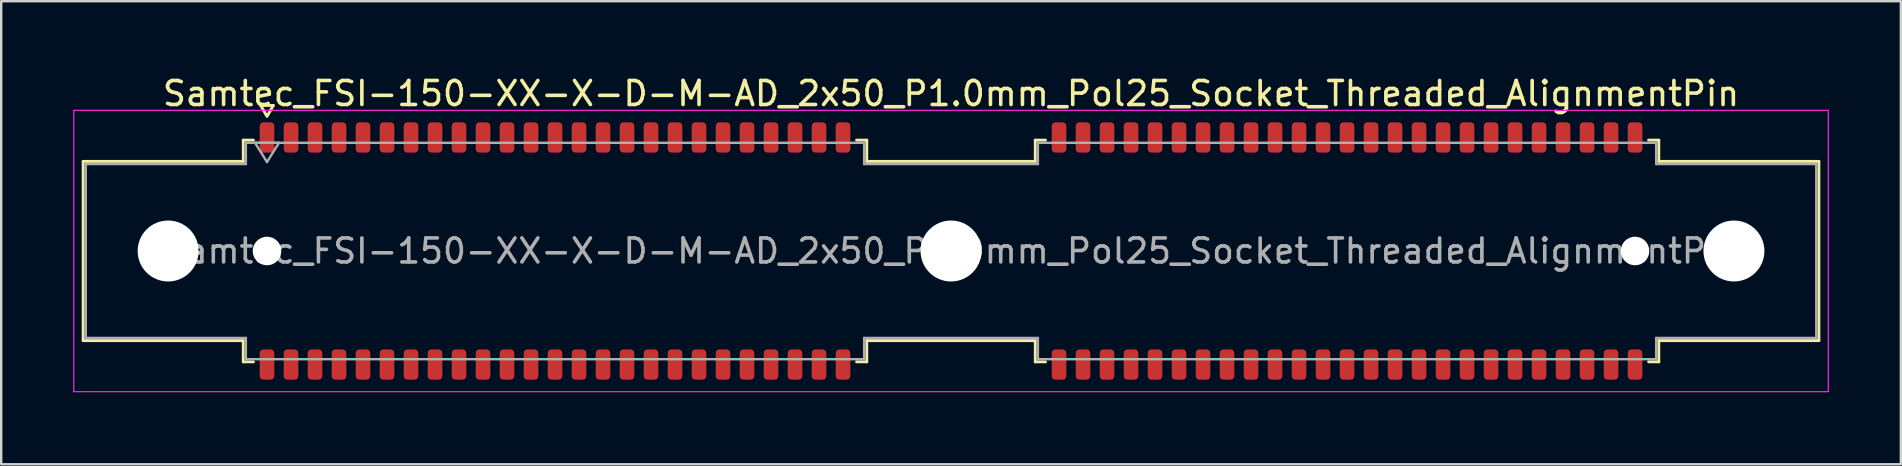
<source format=kicad_pcb>
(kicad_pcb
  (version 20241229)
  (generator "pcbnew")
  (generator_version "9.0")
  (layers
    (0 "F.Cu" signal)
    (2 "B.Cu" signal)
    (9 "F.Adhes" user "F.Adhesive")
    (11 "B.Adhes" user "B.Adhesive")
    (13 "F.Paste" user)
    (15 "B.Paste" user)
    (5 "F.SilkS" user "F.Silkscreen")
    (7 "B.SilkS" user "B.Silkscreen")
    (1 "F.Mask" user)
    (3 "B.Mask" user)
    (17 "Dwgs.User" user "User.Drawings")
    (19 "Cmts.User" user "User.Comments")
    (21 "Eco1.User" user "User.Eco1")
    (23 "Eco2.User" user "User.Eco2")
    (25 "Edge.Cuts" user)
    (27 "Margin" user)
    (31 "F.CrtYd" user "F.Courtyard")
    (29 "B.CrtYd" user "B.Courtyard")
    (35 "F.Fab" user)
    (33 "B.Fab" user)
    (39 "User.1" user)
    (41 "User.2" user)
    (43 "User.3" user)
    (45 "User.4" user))
  (footprint "Samtec_FSI-150-XX-X-D-M-AD_2x50_P1.0mm_Pol25_Socket_Threaded_AlignmentPin"
    (layer "F.Cu")
    (at 36.575 7.408)
    (property "Reference" "Samtec_FSI-150-XX-X-D-M-AD_2x50_P1.0mm_Pol25_Socket_Threaded_AlignmentPin" (at 0 -6.56 0) (layer "F.SilkS") (effects (font (size 1 1) (thickness 0.15))))
    (attr smd)
    (fp_line (start -36.16 -3.733) (end -29.49 -3.733) (stroke (width 0.12) (type solid)) (layer "F.SilkS"))
    (fp_line (start -36.16 3.733) (end -36.16 -3.733) (stroke (width 0.12) (type solid)) (layer "F.SilkS"))
    (fp_line (start -29.49 -4.619) (end -29.065 -4.619) (stroke (width 0.12) (type solid)) (layer "F.SilkS"))
    (fp_line (start -29.49 -3.733) (end -29.49 -4.619) (stroke (width 0.12) (type solid)) (layer "F.SilkS"))
    (fp_line (start -29.49 3.733) (end -36.16 3.733) (stroke (width 0.12) (type solid)) (layer "F.SilkS"))
    (fp_line (start -29.49 4.619) (end -29.49 3.733) (stroke (width 0.12) (type solid)) (layer "F.SilkS"))
    (fp_line (start -29.065 4.619) (end -29.49 4.619) (stroke (width 0.12) (type solid)) (layer "F.SilkS"))
    (fp_line (start -28.764 -6.066) (end -28.507 -5.62) (stroke (width 0.12) (type solid)) (layer "F.SilkS"))
    (fp_line (start -28.493 -5.62) (end -28.236 -6.066) (stroke (width 0.12) (type solid)) (layer "F.SilkS"))
    (fp_line (start -28.236 -6.066) (end -28.764 -6.066) (stroke (width 0.12) (type solid)) (layer "F.SilkS"))
    (fp_line (start -3.935 -4.619) (end -3.51 -4.619) (stroke (width 0.12) (type solid)) (layer "F.SilkS"))
    (fp_line (start -3.51 -4.619) (end -3.51 -3.733) (stroke (width 0.12) (type solid)) (layer "F.SilkS"))
    (fp_line (start -3.51 -3.733) (end 3.51 -3.733) (stroke (width 0.12) (type solid)) (layer "F.SilkS"))
    (fp_line (start -3.51 3.733) (end -3.51 4.619) (stroke (width 0.12) (type solid)) (layer "F.SilkS"))
    (fp_line (start -3.51 4.619) (end -3.935 4.619) (stroke (width 0.12) (type solid)) (layer "F.SilkS"))
    (fp_line (start 3.51 -4.619) (end 3.935 -4.619) (stroke (width 0.12) (type solid)) (layer "F.SilkS"))
    (fp_line (start 3.51 -3.733) (end 3.51 -4.619) (stroke (width 0.12) (type solid)) (layer "F.SilkS"))
    (fp_line (start 3.51 3.733) (end -3.51 3.733) (stroke (width 0.12) (type solid)) (layer "F.SilkS"))
    (fp_line (start 3.51 4.619) (end 3.51 3.733) (stroke (width 0.12) (type solid)) (layer "F.SilkS"))
    (fp_line (start 3.935 4.619) (end 3.51 4.619) (stroke (width 0.12) (type solid)) (layer "F.SilkS"))
    (fp_line (start 29.065 -4.619) (end 29.49 -4.619) (stroke (width 0.12) (type solid)) (layer "F.SilkS"))
    (fp_line (start 29.49 -4.619) (end 29.49 -3.733) (stroke (width 0.12) (type solid)) (layer "F.SilkS"))
    (fp_line (start 29.49 -3.733) (end 36.16 -3.733) (stroke (width 0.12) (type solid)) (layer "F.SilkS"))
    (fp_line (start 29.49 3.733) (end 29.49 4.619) (stroke (width 0.12) (type solid)) (layer "F.SilkS"))
    (fp_line (start 29.49 4.619) (end 29.065 4.619) (stroke (width 0.12) (type solid)) (layer "F.SilkS"))
    (fp_line (start 36.16 -3.733) (end 36.16 3.733) (stroke (width 0.12) (type solid)) (layer "F.SilkS"))
    (fp_line (start 36.16 3.733) (end 29.49 3.733) (stroke (width 0.12) (type solid)) (layer "F.SilkS"))
    (fp_line (start -36.55 -5.86) (end -36.55 5.86) (stroke (width 0.05) (type solid)) (layer "F.CrtYd"))
    (fp_line (start -36.55 5.86) (end 36.55 5.86) (stroke (width 0.05) (type solid)) (layer "F.CrtYd"))
    (fp_line (start 36.55 -5.86) (end -36.55 -5.86) (stroke (width 0.05) (type solid)) (layer "F.CrtYd"))
    (fp_line (start 36.55 5.86) (end 36.55 -5.86) (stroke (width 0.05) (type solid)) (layer "F.CrtYd"))
    (fp_line (start -36.05 -3.623) (end -29.38 -3.623) (stroke (width 0.1) (type solid)) (layer "F.Fab"))
    (fp_line (start -36.05 3.623) (end -36.05 -3.623) (stroke (width 0.1) (type solid)) (layer "F.Fab"))
    (fp_line (start -29.38 -4.508) (end -3.62 -4.508) (stroke (width 0.1) (type solid)) (layer "F.Fab"))
    (fp_line (start -29.38 -3.623) (end -29.38 -4.508) (stroke (width 0.1) (type solid)) (layer "F.Fab"))
    (fp_line (start -29.38 3.623) (end -36.05 3.623) (stroke (width 0.1) (type solid)) (layer "F.Fab"))
    (fp_line (start -29.38 4.508) (end -29.38 3.623) (stroke (width 0.1) (type solid)) (layer "F.Fab"))
    (fp_line (start -29 -4.508) (end -28.5 -3.708) (stroke (width 0.1) (type solid)) (layer "F.Fab"))
    (fp_line (start -28.5 -3.708) (end -28 -4.508) (stroke (width 0.1) (type solid)) (layer "F.Fab"))
    (fp_line (start -28 -4.508) (end -29 -4.508) (stroke (width 0.1) (type solid)) (layer "F.Fab"))
    (fp_line (start -3.62 -4.508) (end -3.62 -3.623) (stroke (width 0.1) (type solid)) (layer "F.Fab"))
    (fp_line (start -3.62 -3.623) (end 3.62 -3.623) (stroke (width 0.1) (type solid)) (layer "F.Fab"))
    (fp_line (start -3.62 3.623) (end -3.62 4.508) (stroke (width 0.1) (type solid)) (layer "F.Fab"))
    (fp_line (start -3.62 4.508) (end -29.38 4.508) (stroke (width 0.1) (type solid)) (layer "F.Fab"))
    (fp_line (start 3.62 -4.508) (end 29.38 -4.508) (stroke (width 0.1) (type solid)) (layer "F.Fab"))
    (fp_line (start 3.62 -3.623) (end 3.62 -4.508) (stroke (width 0.1) (type solid)) (layer "F.Fab"))
    (fp_line (start 3.62 3.623) (end -3.62 3.623) (stroke (width 0.1) (type solid)) (layer "F.Fab"))
    (fp_line (start 3.62 4.508) (end 3.62 3.623) (stroke (width 0.1) (type solid)) (layer "F.Fab"))
    (fp_line (start 29.38 -4.508) (end 29.38 -3.623) (stroke (width 0.1) (type solid)) (layer "F.Fab"))
    (fp_line (start 29.38 -3.623) (end 36.05 -3.623) (stroke (width 0.1) (type solid)) (layer "F.Fab"))
    (fp_line (start 29.38 3.623) (end 29.38 4.508) (stroke (width 0.1) (type solid)) (layer "F.Fab"))
    (fp_line (start 29.38 4.508) (end 3.62 4.508) (stroke (width 0.1) (type solid)) (layer "F.Fab"))
    (fp_line (start 36.05 -3.623) (end 36.05 3.623) (stroke (width 0.1) (type solid)) (layer "F.Fab"))
    (fp_line (start 36.05 3.623) (end 29.38 3.623) (stroke (width 0.1) (type solid)) (layer "F.Fab"))
    (fp_text user "${REFERENCE}" (at 0 0 0) (layer "F.Fab") (effects (font (size 1 1) (thickness 0.15))))
    (pad "" np_thru_hole circle (at -32.62 0) (size 2.54 2.54) (drill 2.54) (layers "*.Cu" "*.Mask"))
    (pad "" np_thru_hole circle (at -28.5 0) (size 1.19 1.19) (drill 1.19) (layers "*.Cu" "*.Mask"))
    (pad "" np_thru_hole circle (at 0 0) (size 2.54 2.54) (drill 2.54) (layers "*.Cu" "*.Mask"))
    (pad "" np_thru_hole circle (at 28.5 0) (size 1.19 1.19) (drill 1.19) (layers "*.Cu" "*.Mask"))
    (pad "" np_thru_hole circle (at 32.62 0) (size 2.54 2.54) (drill 2.54) (layers "*.Cu" "*.Mask"))
    (pad "1" smd roundrect (at -28.5 -4.73) (size 0.61 1.26) (layers "F.Cu" "F.Mask" "F.Paste") (roundrect_rratio 0.25))
    (pad "2" smd roundrect (at -28.5 4.73) (size 0.61 1.26) (layers "F.Cu" "F.Mask" "F.Paste") (roundrect_rratio 0.25))
    (pad "3" smd roundrect (at -27.5 -4.73) (size 0.61 1.26) (layers "F.Cu" "F.Mask" "F.Paste") (roundrect_rratio 0.25))
    (pad "4" smd roundrect (at -27.5 4.73) (size 0.61 1.26) (layers "F.Cu" "F.Mask" "F.Paste") (roundrect_rratio 0.25))
    (pad "5" smd roundrect (at -26.5 -4.73) (size 0.61 1.26) (layers "F.Cu" "F.Mask" "F.Paste") (roundrect_rratio 0.25))
    (pad "6" smd roundrect (at -26.5 4.73) (size 0.61 1.26) (layers "F.Cu" "F.Mask" "F.Paste") (roundrect_rratio 0.25))
    (pad "7" smd roundrect (at -25.5 -4.73) (size 0.61 1.26) (layers "F.Cu" "F.Mask" "F.Paste") (roundrect_rratio 0.25))
    (pad "8" smd roundrect (at -25.5 4.73) (size 0.61 1.26) (layers "F.Cu" "F.Mask" "F.Paste") (roundrect_rratio 0.25))
    (pad "9" smd roundrect (at -24.5 -4.73) (size 0.61 1.26) (layers "F.Cu" "F.Mask" "F.Paste") (roundrect_rratio 0.25))
    (pad "10" smd roundrect (at -24.5 4.73) (size 0.61 1.26) (layers "F.Cu" "F.Mask" "F.Paste") (roundrect_rratio 0.25))
    (pad "11" smd roundrect (at -23.5 -4.73) (size 0.61 1.26) (layers "F.Cu" "F.Mask" "F.Paste") (roundrect_rratio 0.25))
    (pad "12" smd roundrect (at -23.5 4.73) (size 0.61 1.26) (layers "F.Cu" "F.Mask" "F.Paste") (roundrect_rratio 0.25))
    (pad "13" smd roundrect (at -22.5 -4.73) (size 0.61 1.26) (layers "F.Cu" "F.Mask" "F.Paste") (roundrect_rratio 0.25))
    (pad "14" smd roundrect (at -22.5 4.73) (size 0.61 1.26) (layers "F.Cu" "F.Mask" "F.Paste") (roundrect_rratio 0.25))
    (pad "15" smd roundrect (at -21.5 -4.73) (size 0.61 1.26) (layers "F.Cu" "F.Mask" "F.Paste") (roundrect_rratio 0.25))
    (pad "16" smd roundrect (at -21.5 4.73) (size 0.61 1.26) (layers "F.Cu" "F.Mask" "F.Paste") (roundrect_rratio 0.25))
    (pad "17" smd roundrect (at -20.5 -4.73) (size 0.61 1.26) (layers "F.Cu" "F.Mask" "F.Paste") (roundrect_rratio 0.25))
    (pad "18" smd roundrect (at -20.5 4.73) (size 0.61 1.26) (layers "F.Cu" "F.Mask" "F.Paste") (roundrect_rratio 0.25))
    (pad "19" smd roundrect (at -19.5 -4.73) (size 0.61 1.26) (layers "F.Cu" "F.Mask" "F.Paste") (roundrect_rratio 0.25))
    (pad "20" smd roundrect (at -19.5 4.73) (size 0.61 1.26) (layers "F.Cu" "F.Mask" "F.Paste") (roundrect_rratio 0.25))
    (pad "21" smd roundrect (at -18.5 -4.73) (size 0.61 1.26) (layers "F.Cu" "F.Mask" "F.Paste") (roundrect_rratio 0.25))
    (pad "22" smd roundrect (at -18.5 4.73) (size 0.61 1.26) (layers "F.Cu" "F.Mask" "F.Paste") (roundrect_rratio 0.25))
    (pad "23" smd roundrect (at -17.5 -4.73) (size 0.61 1.26) (layers "F.Cu" "F.Mask" "F.Paste") (roundrect_rratio 0.25))
    (pad "24" smd roundrect (at -17.5 4.73) (size 0.61 1.26) (layers "F.Cu" "F.Mask" "F.Paste") (roundrect_rratio 0.25))
    (pad "25" smd roundrect (at -16.5 -4.73) (size 0.61 1.26) (layers "F.Cu" "F.Mask" "F.Paste") (roundrect_rratio 0.25))
    (pad "26" smd roundrect (at -16.5 4.73) (size 0.61 1.26) (layers "F.Cu" "F.Mask" "F.Paste") (roundrect_rratio 0.25))
    (pad "27" smd roundrect (at -15.5 -4.73) (size 0.61 1.26) (layers "F.Cu" "F.Mask" "F.Paste") (roundrect_rratio 0.25))
    (pad "28" smd roundrect (at -15.5 4.73) (size 0.61 1.26) (layers "F.Cu" "F.Mask" "F.Paste") (roundrect_rratio 0.25))
    (pad "29" smd roundrect (at -14.5 -4.73) (size 0.61 1.26) (layers "F.Cu" "F.Mask" "F.Paste") (roundrect_rratio 0.25))
    (pad "30" smd roundrect (at -14.5 4.73) (size 0.61 1.26) (layers "F.Cu" "F.Mask" "F.Paste") (roundrect_rratio 0.25))
    (pad "31" smd roundrect (at -13.5 -4.73) (size 0.61 1.26) (layers "F.Cu" "F.Mask" "F.Paste") (roundrect_rratio 0.25))
    (pad "32" smd roundrect (at -13.5 4.73) (size 0.61 1.26) (layers "F.Cu" "F.Mask" "F.Paste") (roundrect_rratio 0.25))
    (pad "33" smd roundrect (at -12.5 -4.73) (size 0.61 1.26) (layers "F.Cu" "F.Mask" "F.Paste") (roundrect_rratio 0.25))
    (pad "34" smd roundrect (at -12.5 4.73) (size 0.61 1.26) (layers "F.Cu" "F.Mask" "F.Paste") (roundrect_rratio 0.25))
    (pad "35" smd roundrect (at -11.5 -4.73) (size 0.61 1.26) (layers "F.Cu" "F.Mask" "F.Paste") (roundrect_rratio 0.25))
    (pad "36" smd roundrect (at -11.5 4.73) (size 0.61 1.26) (layers "F.Cu" "F.Mask" "F.Paste") (roundrect_rratio 0.25))
    (pad "37" smd roundrect (at -10.5 -4.73) (size 0.61 1.26) (layers "F.Cu" "F.Mask" "F.Paste") (roundrect_rratio 0.25))
    (pad "38" smd roundrect (at -10.5 4.73) (size 0.61 1.26) (layers "F.Cu" "F.Mask" "F.Paste") (roundrect_rratio 0.25))
    (pad "39" smd roundrect (at -9.5 -4.73) (size 0.61 1.26) (layers "F.Cu" "F.Mask" "F.Paste") (roundrect_rratio 0.25))
    (pad "40" smd roundrect (at -9.5 4.73) (size 0.61 1.26) (layers "F.Cu" "F.Mask" "F.Paste") (roundrect_rratio 0.25))
    (pad "41" smd roundrect (at -8.5 -4.73) (size 0.61 1.26) (layers "F.Cu" "F.Mask" "F.Paste") (roundrect_rratio 0.25))
    (pad "42" smd roundrect (at -8.5 4.73) (size 0.61 1.26) (layers "F.Cu" "F.Mask" "F.Paste") (roundrect_rratio 0.25))
    (pad "43" smd roundrect (at -7.5 -4.73) (size 0.61 1.26) (layers "F.Cu" "F.Mask" "F.Paste") (roundrect_rratio 0.25))
    (pad "44" smd roundrect (at -7.5 4.73) (size 0.61 1.26) (layers "F.Cu" "F.Mask" "F.Paste") (roundrect_rratio 0.25))
    (pad "45" smd roundrect (at -6.5 -4.73) (size 0.61 1.26) (layers "F.Cu" "F.Mask" "F.Paste") (roundrect_rratio 0.25))
    (pad "46" smd roundrect (at -6.5 4.73) (size 0.61 1.26) (layers "F.Cu" "F.Mask" "F.Paste") (roundrect_rratio 0.25))
    (pad "47" smd roundrect (at -5.5 -4.73) (size 0.61 1.26) (layers "F.Cu" "F.Mask" "F.Paste") (roundrect_rratio 0.25))
    (pad "48" smd roundrect (at -5.5 4.73) (size 0.61 1.26) (layers "F.Cu" "F.Mask" "F.Paste") (roundrect_rratio 0.25))
    (pad "49" smd roundrect (at -4.5 -4.73) (size 0.61 1.26) (layers "F.Cu" "F.Mask" "F.Paste") (roundrect_rratio 0.25))
    (pad "50" smd roundrect (at -4.5 4.73) (size 0.61 1.26) (layers "F.Cu" "F.Mask" "F.Paste") (roundrect_rratio 0.25))
    (pad "51" smd roundrect (at 4.5 -4.73) (size 0.61 1.26) (layers "F.Cu" "F.Mask" "F.Paste") (roundrect_rratio 0.25))
    (pad "52" smd roundrect (at 4.5 4.73) (size 0.61 1.26) (layers "F.Cu" "F.Mask" "F.Paste") (roundrect_rratio 0.25))
    (pad "53" smd roundrect (at 5.5 -4.73) (size 0.61 1.26) (layers "F.Cu" "F.Mask" "F.Paste") (roundrect_rratio 0.25))
    (pad "54" smd roundrect (at 5.5 4.73) (size 0.61 1.26) (layers "F.Cu" "F.Mask" "F.Paste") (roundrect_rratio 0.25))
    (pad "55" smd roundrect (at 6.5 -4.73) (size 0.61 1.26) (layers "F.Cu" "F.Mask" "F.Paste") (roundrect_rratio 0.25))
    (pad "56" smd roundrect (at 6.5 4.73) (size 0.61 1.26) (layers "F.Cu" "F.Mask" "F.Paste") (roundrect_rratio 0.25))
    (pad "57" smd roundrect (at 7.5 -4.73) (size 0.61 1.26) (layers "F.Cu" "F.Mask" "F.Paste") (roundrect_rratio 0.25))
    (pad "58" smd roundrect (at 7.5 4.73) (size 0.61 1.26) (layers "F.Cu" "F.Mask" "F.Paste") (roundrect_rratio 0.25))
    (pad "59" smd roundrect (at 8.5 -4.73) (size 0.61 1.26) (layers "F.Cu" "F.Mask" "F.Paste") (roundrect_rratio 0.25))
    (pad "60" smd roundrect (at 8.5 4.73) (size 0.61 1.26) (layers "F.Cu" "F.Mask" "F.Paste") (roundrect_rratio 0.25))
    (pad "61" smd roundrect (at 9.5 -4.73) (size 0.61 1.26) (layers "F.Cu" "F.Mask" "F.Paste") (roundrect_rratio 0.25))
    (pad "62" smd roundrect (at 9.5 4.73) (size 0.61 1.26) (layers "F.Cu" "F.Mask" "F.Paste") (roundrect_rratio 0.25))
    (pad "63" smd roundrect (at 10.5 -4.73) (size 0.61 1.26) (layers "F.Cu" "F.Mask" "F.Paste") (roundrect_rratio 0.25))
    (pad "64" smd roundrect (at 10.5 4.73) (size 0.61 1.26) (layers "F.Cu" "F.Mask" "F.Paste") (roundrect_rratio 0.25))
    (pad "65" smd roundrect (at 11.5 -4.73) (size 0.61 1.26) (layers "F.Cu" "F.Mask" "F.Paste") (roundrect_rratio 0.25))
    (pad "66" smd roundrect (at 11.5 4.73) (size 0.61 1.26) (layers "F.Cu" "F.Mask" "F.Paste") (roundrect_rratio 0.25))
    (pad "67" smd roundrect (at 12.5 -4.73) (size 0.61 1.26) (layers "F.Cu" "F.Mask" "F.Paste") (roundrect_rratio 0.25))
    (pad "68" smd roundrect (at 12.5 4.73) (size 0.61 1.26) (layers "F.Cu" "F.Mask" "F.Paste") (roundrect_rratio 0.25))
    (pad "69" smd roundrect (at 13.5 -4.73) (size 0.61 1.26) (layers "F.Cu" "F.Mask" "F.Paste") (roundrect_rratio 0.25))
    (pad "70" smd roundrect (at 13.5 4.73) (size 0.61 1.26) (layers "F.Cu" "F.Mask" "F.Paste") (roundrect_rratio 0.25))
    (pad "71" smd roundrect (at 14.5 -4.73) (size 0.61 1.26) (layers "F.Cu" "F.Mask" "F.Paste") (roundrect_rratio 0.25))
    (pad "72" smd roundrect (at 14.5 4.73) (size 0.61 1.26) (layers "F.Cu" "F.Mask" "F.Paste") (roundrect_rratio 0.25))
    (pad "73" smd roundrect (at 15.5 -4.73) (size 0.61 1.26) (layers "F.Cu" "F.Mask" "F.Paste") (roundrect_rratio 0.25))
    (pad "74" smd roundrect (at 15.5 4.73) (size 0.61 1.26) (layers "F.Cu" "F.Mask" "F.Paste") (roundrect_rratio 0.25))
    (pad "75" smd roundrect (at 16.5 -4.73) (size 0.61 1.26) (layers "F.Cu" "F.Mask" "F.Paste") (roundrect_rratio 0.25))
    (pad "76" smd roundrect (at 16.5 4.73) (size 0.61 1.26) (layers "F.Cu" "F.Mask" "F.Paste") (roundrect_rratio 0.25))
    (pad "77" smd roundrect (at 17.5 -4.73) (size 0.61 1.26) (layers "F.Cu" "F.Mask" "F.Paste") (roundrect_rratio 0.25))
    (pad "78" smd roundrect (at 17.5 4.73) (size 0.61 1.26) (layers "F.Cu" "F.Mask" "F.Paste") (roundrect_rratio 0.25))
    (pad "79" smd roundrect (at 18.5 -4.73) (size 0.61 1.26) (layers "F.Cu" "F.Mask" "F.Paste") (roundrect_rratio 0.25))
    (pad "80" smd roundrect (at 18.5 4.73) (size 0.61 1.26) (layers "F.Cu" "F.Mask" "F.Paste") (roundrect_rratio 0.25))
    (pad "81" smd roundrect (at 19.5 -4.73) (size 0.61 1.26) (layers "F.Cu" "F.Mask" "F.Paste") (roundrect_rratio 0.25))
    (pad "82" smd roundrect (at 19.5 4.73) (size 0.61 1.26) (layers "F.Cu" "F.Mask" "F.Paste") (roundrect_rratio 0.25))
    (pad "83" smd roundrect (at 20.5 -4.73) (size 0.61 1.26) (layers "F.Cu" "F.Mask" "F.Paste") (roundrect_rratio 0.25))
    (pad "84" smd roundrect (at 20.5 4.73) (size 0.61 1.26) (layers "F.Cu" "F.Mask" "F.Paste") (roundrect_rratio 0.25))
    (pad "85" smd roundrect (at 21.5 -4.73) (size 0.61 1.26) (layers "F.Cu" "F.Mask" "F.Paste") (roundrect_rratio 0.25))
    (pad "86" smd roundrect (at 21.5 4.73) (size 0.61 1.26) (layers "F.Cu" "F.Mask" "F.Paste") (roundrect_rratio 0.25))
    (pad "87" smd roundrect (at 22.5 -4.73) (size 0.61 1.26) (layers "F.Cu" "F.Mask" "F.Paste") (roundrect_rratio 0.25))
    (pad "88" smd roundrect (at 22.5 4.73) (size 0.61 1.26) (layers "F.Cu" "F.Mask" "F.Paste") (roundrect_rratio 0.25))
    (pad "89" smd roundrect (at 23.5 -4.73) (size 0.61 1.26) (layers "F.Cu" "F.Mask" "F.Paste") (roundrect_rratio 0.25))
    (pad "90" smd roundrect (at 23.5 4.73) (size 0.61 1.26) (layers "F.Cu" "F.Mask" "F.Paste") (roundrect_rratio 0.25))
    (pad "91" smd roundrect (at 24.5 -4.73) (size 0.61 1.26) (layers "F.Cu" "F.Mask" "F.Paste") (roundrect_rratio 0.25))
    (pad "92" smd roundrect (at 24.5 4.73) (size 0.61 1.26) (layers "F.Cu" "F.Mask" "F.Paste") (roundrect_rratio 0.25))
    (pad "93" smd roundrect (at 25.5 -4.73) (size 0.61 1.26) (layers "F.Cu" "F.Mask" "F.Paste") (roundrect_rratio 0.25))
    (pad "94" smd roundrect (at 25.5 4.73) (size 0.61 1.26) (layers "F.Cu" "F.Mask" "F.Paste") (roundrect_rratio 0.25))
    (pad "95" smd roundrect (at 26.5 -4.73) (size 0.61 1.26) (layers "F.Cu" "F.Mask" "F.Paste") (roundrect_rratio 0.25))
    (pad "96" smd roundrect (at 26.5 4.73) (size 0.61 1.26) (layers "F.Cu" "F.Mask" "F.Paste") (roundrect_rratio 0.25))
    (pad "97" smd roundrect (at 27.5 -4.73) (size 0.61 1.26) (layers "F.Cu" "F.Mask" "F.Paste") (roundrect_rratio 0.25))
    (pad "98" smd roundrect (at 27.5 4.73) (size 0.61 1.26) (layers "F.Cu" "F.Mask" "F.Paste") (roundrect_rratio 0.25))
    (pad "99" smd roundrect (at 28.5 -4.73) (size 0.61 1.26) (layers "F.Cu" "F.Mask" "F.Paste") (roundrect_rratio 0.25))
    (pad "100" smd roundrect (at 28.5 4.73) (size 0.61 1.26) (layers "F.Cu" "F.Mask" "F.Paste") (roundrect_rratio 0.25)))
  (gr_rect
    (start -3 -3)
    (end 76.15 16.293)
    (stroke (width 0.1) (type default))
    (fill no)
    (layer "Edge.Cuts")))
</source>
